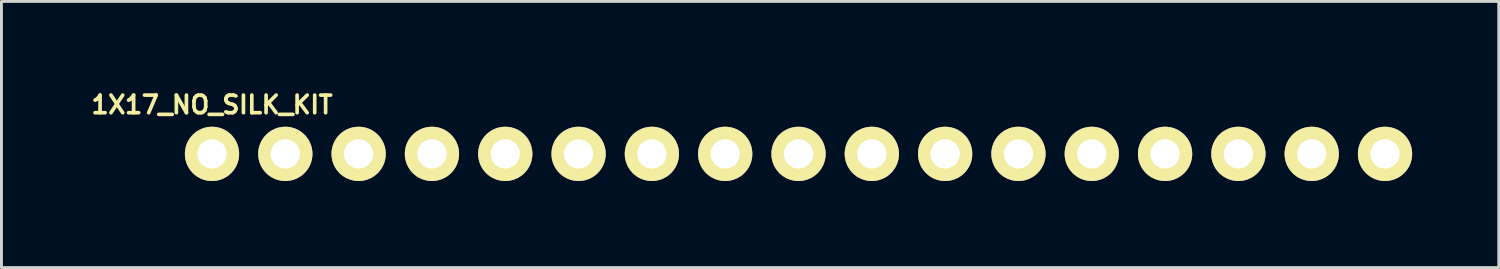
<source format=kicad_pcb>
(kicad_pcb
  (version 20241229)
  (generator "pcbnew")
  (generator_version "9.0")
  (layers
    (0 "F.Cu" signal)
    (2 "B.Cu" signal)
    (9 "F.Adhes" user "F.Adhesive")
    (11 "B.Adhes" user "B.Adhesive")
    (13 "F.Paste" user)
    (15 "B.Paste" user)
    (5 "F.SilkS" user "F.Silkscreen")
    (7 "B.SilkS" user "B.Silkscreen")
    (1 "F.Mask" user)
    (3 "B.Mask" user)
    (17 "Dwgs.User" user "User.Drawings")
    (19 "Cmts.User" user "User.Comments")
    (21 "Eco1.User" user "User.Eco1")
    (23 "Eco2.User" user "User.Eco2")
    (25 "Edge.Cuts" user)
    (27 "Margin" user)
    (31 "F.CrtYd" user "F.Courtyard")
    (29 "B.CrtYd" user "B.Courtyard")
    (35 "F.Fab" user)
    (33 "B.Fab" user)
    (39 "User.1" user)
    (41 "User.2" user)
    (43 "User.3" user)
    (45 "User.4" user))
  (footprint "1X17_NO_SILK_KIT"
    (layer "F.Cu")
    (at 4.295 2.281)
    (property "Reference" "1X17_NO_SILK_KIT" (at 0 -1.702 0) (layer "F.SilkS") (effects (font (size 0.61 0.61) (thickness 0.127))))
    (attr exclude_from_pos_files exclude_from_bom)
    (fp_circle (center 0 0) (end 0 -0.94) (stroke (width 0) (type solid)) (fill yes) (layer "F.SilkS"))
    (fp_circle (center 0 0) (end 0 -0.508) (stroke (width 0) (type solid)) (fill yes) (layer "F.SilkS"))
    (fp_circle (center 2.54 0) (end 2.54 -0.94) (stroke (width 0) (type solid)) (fill yes) (layer "F.SilkS"))
    (fp_circle (center 2.54 0) (end 2.54 -0.508) (stroke (width 0) (type solid)) (fill yes) (layer "F.SilkS"))
    (fp_circle (center 5.08 0) (end 5.08 -0.94) (stroke (width 0) (type solid)) (fill yes) (layer "F.SilkS"))
    (fp_circle (center 5.08 0) (end 5.08 -0.508) (stroke (width 0) (type solid)) (fill yes) (layer "F.SilkS"))
    (fp_circle (center 7.62 0) (end 7.62 -0.94) (stroke (width 0) (type solid)) (fill yes) (layer "F.SilkS"))
    (fp_circle (center 7.62 0) (end 7.62 -0.508) (stroke (width 0) (type solid)) (fill yes) (layer "F.SilkS"))
    (fp_circle (center 10.16 0) (end 10.16 -0.94) (stroke (width 0) (type solid)) (fill yes) (layer "F.SilkS"))
    (fp_circle (center 10.16 0) (end 10.16 -0.508) (stroke (width 0) (type solid)) (fill yes) (layer "F.SilkS"))
    (fp_circle (center 12.7 0) (end 12.7 -0.94) (stroke (width 0) (type solid)) (fill yes) (layer "F.SilkS"))
    (fp_circle (center 12.7 0) (end 12.7 -0.508) (stroke (width 0) (type solid)) (fill yes) (layer "F.SilkS"))
    (fp_circle (center 15.24 0) (end 15.24 -0.94) (stroke (width 0) (type solid)) (fill yes) (layer "F.SilkS"))
    (fp_circle (center 15.24 0) (end 15.24 -0.508) (stroke (width 0) (type solid)) (fill yes) (layer "F.SilkS"))
    (fp_circle (center 17.78 0) (end 17.78 -0.94) (stroke (width 0) (type solid)) (fill yes) (layer "F.SilkS"))
    (fp_circle (center 17.78 0) (end 17.78 -0.508) (stroke (width 0) (type solid)) (fill yes) (layer "F.SilkS"))
    (fp_circle (center 20.32 0) (end 20.32 -0.94) (stroke (width 0) (type solid)) (fill yes) (layer "F.SilkS"))
    (fp_circle (center 20.32 0) (end 20.32 -0.508) (stroke (width 0) (type solid)) (fill yes) (layer "F.SilkS"))
    (fp_circle (center 22.86 0) (end 22.86 -0.94) (stroke (width 0) (type solid)) (fill yes) (layer "F.SilkS"))
    (fp_circle (center 22.86 0) (end 22.86 -0.508) (stroke (width 0) (type solid)) (fill yes) (layer "F.SilkS"))
    (fp_circle (center 25.4 0) (end 25.4 -0.94) (stroke (width 0) (type solid)) (fill yes) (layer "F.SilkS"))
    (fp_circle (center 25.4 0) (end 25.4 -0.508) (stroke (width 0) (type solid)) (fill yes) (layer "F.SilkS"))
    (fp_circle (center 27.94 0) (end 27.94 -0.94) (stroke (width 0) (type solid)) (fill yes) (layer "F.SilkS"))
    (fp_circle (center 27.94 0) (end 27.94 -0.508) (stroke (width 0) (type solid)) (fill yes) (layer "F.SilkS"))
    (fp_circle (center 30.48 0) (end 30.48 -0.94) (stroke (width 0) (type solid)) (fill yes) (layer "F.SilkS"))
    (fp_circle (center 30.48 0) (end 30.48 -0.508) (stroke (width 0) (type solid)) (fill yes) (layer "F.SilkS"))
    (fp_circle (center 33.02 0) (end 33.02 -0.94) (stroke (width 0) (type solid)) (fill yes) (layer "F.SilkS"))
    (fp_circle (center 33.02 0) (end 33.02 -0.508) (stroke (width 0) (type solid)) (fill yes) (layer "F.SilkS"))
    (fp_circle (center 35.56 0) (end 35.56 -0.94) (stroke (width 0) (type solid)) (fill yes) (layer "F.SilkS"))
    (fp_circle (center 35.56 0) (end 35.56 -0.508) (stroke (width 0) (type solid)) (fill yes) (layer "F.SilkS"))
    (fp_circle (center 38.1 0) (end 38.1 -0.94) (stroke (width 0) (type solid)) (fill yes) (layer "F.SilkS"))
    (fp_circle (center 38.1 0) (end 38.1 -0.508) (stroke (width 0) (type solid)) (fill yes) (layer "F.SilkS"))
    (fp_circle (center 40.64 0) (end 40.64 -0.94) (stroke (width 0) (type solid)) (fill yes) (layer "F.SilkS"))
    (fp_circle (center 40.64 0) (end 40.64 -0.508) (stroke (width 0) (type solid)) (fill yes) (layer "F.SilkS"))
    (pad "1" thru_hole circle (at 0 0) (size 1.88 1.88) (drill 1.016) (layers "*.Cu" "*.Mask"))
    (pad "2" thru_hole circle (at 2.54 0) (size 1.88 1.88) (drill 1.016) (layers "*.Cu" "*.Mask"))
    (pad "3" thru_hole circle (at 5.08 0) (size 1.88 1.88) (drill 1.016) (layers "*.Cu" "*.Mask"))
    (pad "4" thru_hole circle (at 7.62 0) (size 1.88 1.88) (drill 1.016) (layers "*.Cu" "*.Mask"))
    (pad "5" thru_hole circle (at 10.16 0) (size 1.88 1.88) (drill 1.016) (layers "*.Cu" "*.Mask"))
    (pad "6" thru_hole circle (at 12.7 0) (size 1.88 1.88) (drill 1.016) (layers "*.Cu" "*.Mask"))
    (pad "7" thru_hole circle (at 15.24 0) (size 1.88 1.88) (drill 1.016) (layers "*.Cu" "*.Mask"))
    (pad "8" thru_hole circle (at 17.78 0) (size 1.88 1.88) (drill 1.016) (layers "*.Cu" "*.Mask"))
    (pad "9" thru_hole circle (at 20.32 0) (size 1.88 1.88) (drill 1.016) (layers "*.Cu" "*.Mask"))
    (pad "10" thru_hole circle (at 22.86 0) (size 1.88 1.88) (drill 1.016) (layers "*.Cu" "*.Mask"))
    (pad "11" thru_hole circle (at 25.4 0) (size 1.88 1.88) (drill 1.016) (layers "*.Cu" "*.Mask"))
    (pad "12" thru_hole circle (at 27.94 0) (size 1.88 1.88) (drill 1.016) (layers "*.Cu" "*.Mask"))
    (pad "13" thru_hole circle (at 30.48 0) (size 1.88 1.88) (drill 1.016) (layers "*.Cu" "*.Mask"))
    (pad "14" thru_hole circle (at 33.02 0) (size 1.88 1.88) (drill 1.016) (layers "*.Cu" "*.Mask"))
    (pad "15" thru_hole circle (at 35.56 0) (size 1.88 1.88) (drill 1.016) (layers "*.Cu" "*.Mask"))
    (pad "16" thru_hole circle (at 38.1 0) (size 1.88 1.88) (drill 1.016) (layers "*.Cu" "*.Mask"))
    (pad "17" thru_hole circle (at 40.64 0) (size 1.88 1.88) (drill 1.016) (layers "*.Cu" "*.Mask")))
  (gr_rect
    (start -3 -3)
    (end 48.875 6.221)
    (stroke (width 0.1) (type default))
    (fill no)
    (layer "Edge.Cuts")))
</source>
